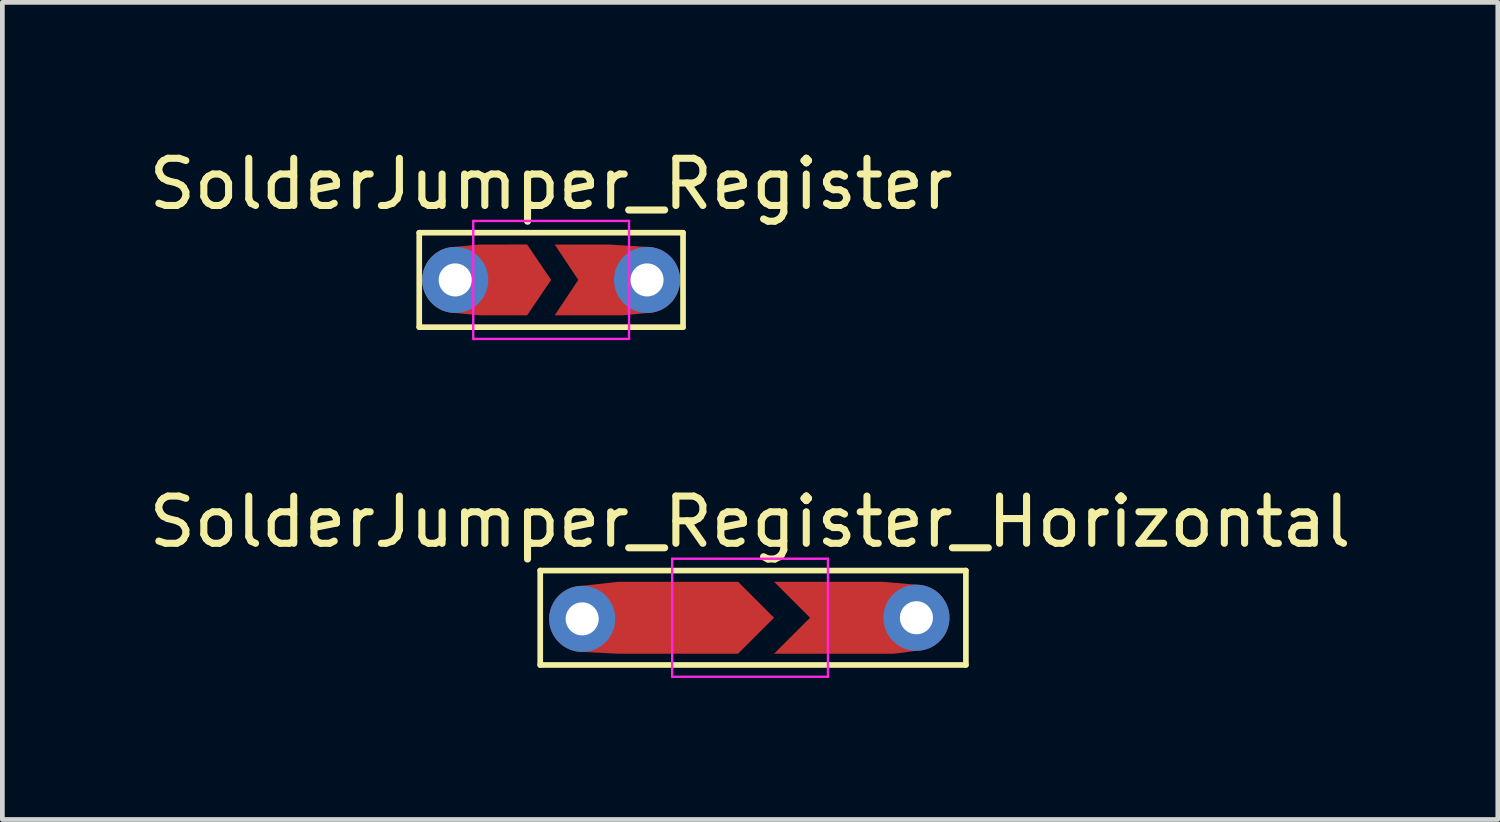
<source format=kicad_pcb>
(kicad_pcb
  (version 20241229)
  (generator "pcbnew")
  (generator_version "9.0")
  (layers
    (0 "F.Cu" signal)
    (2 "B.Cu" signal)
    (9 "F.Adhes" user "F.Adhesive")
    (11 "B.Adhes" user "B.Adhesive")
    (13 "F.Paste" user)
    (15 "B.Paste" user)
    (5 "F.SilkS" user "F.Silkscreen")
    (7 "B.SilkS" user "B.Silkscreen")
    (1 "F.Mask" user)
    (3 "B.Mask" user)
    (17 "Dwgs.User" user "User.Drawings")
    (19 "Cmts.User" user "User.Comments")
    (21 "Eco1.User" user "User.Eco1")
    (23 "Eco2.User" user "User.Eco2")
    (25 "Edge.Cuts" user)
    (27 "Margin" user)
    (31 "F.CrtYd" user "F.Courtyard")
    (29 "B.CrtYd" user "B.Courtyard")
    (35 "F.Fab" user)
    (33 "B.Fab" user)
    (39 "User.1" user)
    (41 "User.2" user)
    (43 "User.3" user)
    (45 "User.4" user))
  (footprint "SolderJumper_Register"
    (layer "F.Cu")
    (at 8.625 2.88)
    (property "Reference" "SolderJumper_Register" (at 0 -2.032 0) (layer "F.SilkS") (effects (font (size 1 1) (thickness 0.15))))
    (attr exclude_from_pos_files exclude_from_bom)
    (fp_line (start -2.794 -1) (end 2.794 -1) (stroke (width 0.12) (type solid)) (layer "F.SilkS"))
    (fp_line (start -2.794 1) (end -2.794 -1) (stroke (width 0.12) (type solid)) (layer "F.SilkS"))
    (fp_line (start 2.794 -1) (end 2.794 1) (stroke (width 0.12) (type solid)) (layer "F.SilkS"))
    (fp_line (start 2.794 1) (end -2.794 1) (stroke (width 0.12) (type solid)) (layer "F.SilkS"))
    (fp_line (start -1.65 -1.25) (end -1.65 1.25) (stroke (width 0.05) (type solid)) (layer "F.CrtYd"))
    (fp_line (start -1.65 -1.25) (end 1.65 -1.25) (stroke (width 0.05) (type solid)) (layer "F.CrtYd"))
    (fp_line (start 1.65 1.25) (end -1.65 1.25) (stroke (width 0.05) (type solid)) (layer "F.CrtYd"))
    (fp_line (start 1.65 1.25) (end 1.65 -1.25) (stroke (width 0.05) (type solid)) (layer "F.CrtYd"))
    (pad "1" thru_hole circle (at -2.032 0) (size 1.4 1.4) (drill 0.7) (layers "*.Cu" "*.Mask"))
    (pad "1" smd custom (at -0.725 0) (size 0.3 0.3) (layers "F.Cu" "F.Mask") (options (anchor rect)) (primitives (gr_poly (pts (xy 0.725 -0.001) (xy 0.217 0.75) (xy -0.799 0.75) (xy -1.307 0.7) (xy -0.799 0.282) (xy -0.799 -0.234) (xy -1.307 -0.7) (xy -0.799 -0.75) (xy 0.217 -0.751)) (width 0) (fill yes))))
    (pad "2" smd custom (at 0.725 0) (size 0.3 0.3) (layers "F.Cu" "F.Mask") (options (anchor rect)) (primitives (gr_poly (pts (xy 1.307 -0.7) (xy 0.799 -0.254) (xy 0.799 0.254) (xy 1.307 0.7) (xy 0.799 0.75) (xy -0.65 0.75) (xy -0.15 0) (xy -0.65 -0.75) (xy 0.5 -0.75)) (width 0) (fill yes))))
    (pad "2" thru_hole circle (at 2.032 0) (size 1.4 1.4) (drill 0.7) (layers "*.Cu" "*.Mask")))
  (footprint "SolderJumper_Register_Horizontal"
    (layer "F.Cu")
    (at 12.839 10.036)
    (property "Reference" "SolderJumper_Register_Horizontal" (at 0 -2.032 0) (layer "F.SilkS") (effects (font (size 1 1) (thickness 0.15))))
    (attr exclude_from_pos_files exclude_from_bom)
    (fp_line (start -4.445 -1) (end 4.572 -1) (stroke (width 0.12) (type solid)) (layer "F.SilkS"))
    (fp_line (start -4.445 1) (end -4.445 -1) (stroke (width 0.12) (type solid)) (layer "F.SilkS"))
    (fp_line (start 4.572 -1) (end 4.572 1) (stroke (width 0.12) (type solid)) (layer "F.SilkS"))
    (fp_line (start 4.572 1) (end -4.445 1) (stroke (width 0.12) (type solid)) (layer "F.SilkS"))
    (fp_line (start -1.65 -1.25) (end -1.65 1.25) (stroke (width 0.05) (type solid)) (layer "F.CrtYd"))
    (fp_line (start -1.65 -1.25) (end 1.65 -1.25) (stroke (width 0.05) (type solid)) (layer "F.CrtYd"))
    (fp_line (start 1.65 1.25) (end -1.65 1.25) (stroke (width 0.05) (type solid)) (layer "F.CrtYd"))
    (fp_line (start 1.65 1.25) (end 1.65 -1.25) (stroke (width 0.05) (type solid)) (layer "F.CrtYd"))
    (pad "1" thru_hole circle (at -3.556 0.024) (size 1.4 1.4) (drill 0.7) (layers "*.Cu" "*.Mask"))
    (pad "1" smd custom (at -2.925 0) (size 0.3 0.3) (layers "F.Cu" "F.Mask") (options (anchor rect)) (primitives (gr_poly (pts (xy 3.433 0) (xy 2.671 0.762) (xy 0.131 0.762) (xy -0.631 0.724) (xy -0.123 0.282) (xy -0.123 -0.234) (xy -0.631 -0.676) (xy 0.131 -0.762) (xy 2.671 -0.762)) (width 0) (fill yes))))
    (pad "2" smd custom (at 2.725 0) (size 0.3 0.3) (layers "F.Cu" "F.Mask") (options (anchor rect)) (primitives (gr_poly (pts (xy 0.799 -0.7) (xy 0.323 -0.254) (xy 0.323 0.254) (xy 0.799 0.7) (xy 0.323 0.762) (xy -2.217 0.762) (xy -1.455 0) (xy -2.217 -0.762) (xy 0.069 -0.762)) (width 0) (fill yes))))
    (pad "2" thru_hole circle (at 3.524 0) (size 1.4 1.4) (drill 0.7) (layers "*.Cu" "*.Mask")))
  (gr_rect
    (start -3 -3)
    (end 28.679 14.31)
    (stroke (width 0.1) (type default))
    (fill no)
    (layer "Edge.Cuts")))
</source>
